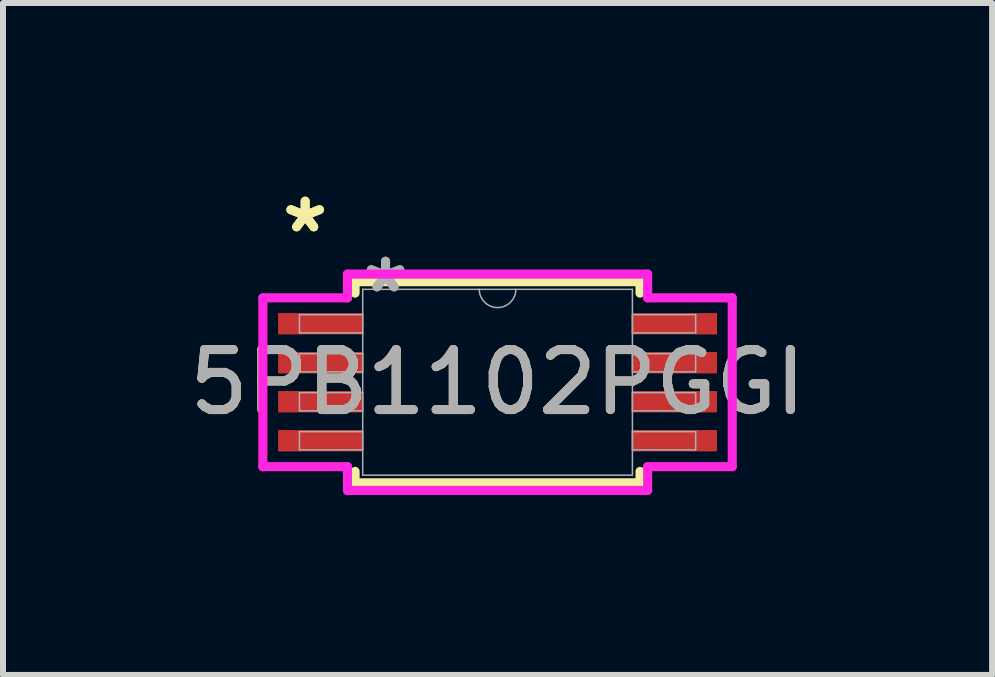
<source format=kicad_pcb>
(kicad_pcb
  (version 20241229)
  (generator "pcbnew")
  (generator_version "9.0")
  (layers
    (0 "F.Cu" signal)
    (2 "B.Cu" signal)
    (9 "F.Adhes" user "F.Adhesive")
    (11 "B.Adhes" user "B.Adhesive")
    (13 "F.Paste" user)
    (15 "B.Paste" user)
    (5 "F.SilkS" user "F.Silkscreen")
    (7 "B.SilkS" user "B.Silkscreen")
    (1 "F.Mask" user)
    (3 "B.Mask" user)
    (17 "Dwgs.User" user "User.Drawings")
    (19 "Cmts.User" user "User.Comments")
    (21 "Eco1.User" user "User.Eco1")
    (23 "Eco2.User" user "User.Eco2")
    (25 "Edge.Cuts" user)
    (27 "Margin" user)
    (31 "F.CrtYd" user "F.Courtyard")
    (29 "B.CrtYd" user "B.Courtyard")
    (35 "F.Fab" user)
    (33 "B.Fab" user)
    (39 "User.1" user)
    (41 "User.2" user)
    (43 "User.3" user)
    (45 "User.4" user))
  (footprint "5PB1102PGGI"
    (layer "F.Cu")
    (at 5.244 3.322)
    (property "Reference" "5PB1102PGGI" (at 0 0 0) (unlocked yes) (layer "F.SilkS") (effects (font (size 1 1) (thickness 0.15))))
    (attr smd)
    (fp_line (start -2.375 -1.676) (end -2.375 -1.486) (stroke (width 0.152) (type solid)) (layer "F.SilkS"))
    (fp_line (start -2.375 1.486) (end -2.375 1.676) (stroke (width 0.152) (type solid)) (layer "F.SilkS"))
    (fp_line (start -2.375 1.676) (end 2.375 1.676) (stroke (width 0.152) (type solid)) (layer "F.SilkS"))
    (fp_line (start 2.375 -1.676) (end -2.375 -1.676) (stroke (width 0.152) (type solid)) (layer "F.SilkS"))
    (fp_line (start 2.375 -1.486) (end 2.375 -1.676) (stroke (width 0.152) (type solid)) (layer "F.SilkS"))
    (fp_line (start 2.375 1.676) (end 2.375 1.486) (stroke (width 0.152) (type solid)) (layer "F.SilkS"))
    (fp_line (start -3.912 -1.407) (end -2.502 -1.407) (stroke (width 0.152) (type solid)) (layer "F.CrtYd"))
    (fp_line (start -3.912 1.407) (end -3.912 -1.407) (stroke (width 0.152) (type solid)) (layer "F.CrtYd"))
    (fp_line (start -3.912 1.407) (end -2.502 1.407) (stroke (width 0.152) (type solid)) (layer "F.CrtYd"))
    (fp_line (start -2.502 -1.803) (end 2.502 -1.803) (stroke (width 0.152) (type solid)) (layer "F.CrtYd"))
    (fp_line (start -2.502 -1.407) (end -2.502 -1.803) (stroke (width 0.152) (type solid)) (layer "F.CrtYd"))
    (fp_line (start -2.502 1.803) (end -2.502 1.407) (stroke (width 0.152) (type solid)) (layer "F.CrtYd"))
    (fp_line (start 2.502 -1.803) (end 2.502 -1.407) (stroke (width 0.152) (type solid)) (layer "F.CrtYd"))
    (fp_line (start 2.502 1.407) (end 2.502 1.803) (stroke (width 0.152) (type solid)) (layer "F.CrtYd"))
    (fp_line (start 2.502 1.803) (end -2.502 1.803) (stroke (width 0.152) (type solid)) (layer "F.CrtYd"))
    (fp_line (start 3.912 -1.407) (end 2.502 -1.407) (stroke (width 0.152) (type solid)) (layer "F.CrtYd"))
    (fp_line (start 3.912 -1.407) (end 3.912 1.407) (stroke (width 0.152) (type solid)) (layer "F.CrtYd"))
    (fp_line (start 3.912 1.407) (end 2.502 1.407) (stroke (width 0.152) (type solid)) (layer "F.CrtYd"))
    (fp_line (start -3.302 -1.127) (end -3.302 -0.823) (stroke (width 0.025) (type solid)) (layer "F.Fab"))
    (fp_line (start -3.302 -0.823) (end -2.248 -0.823) (stroke (width 0.025) (type solid)) (layer "F.Fab"))
    (fp_line (start -3.302 -0.477) (end -3.302 -0.173) (stroke (width 0.025) (type solid)) (layer "F.Fab"))
    (fp_line (start -3.302 -0.173) (end -2.248 -0.173) (stroke (width 0.025) (type solid)) (layer "F.Fab"))
    (fp_line (start -3.302 0.173) (end -3.302 0.477) (stroke (width 0.025) (type solid)) (layer "F.Fab"))
    (fp_line (start -3.302 0.477) (end -2.248 0.477) (stroke (width 0.025) (type solid)) (layer "F.Fab"))
    (fp_line (start -3.302 0.823) (end -3.302 1.127) (stroke (width 0.025) (type solid)) (layer "F.Fab"))
    (fp_line (start -3.302 1.127) (end -2.248 1.127) (stroke (width 0.025) (type solid)) (layer "F.Fab"))
    (fp_line (start -2.248 -1.549) (end -2.248 1.549) (stroke (width 0.025) (type solid)) (layer "F.Fab"))
    (fp_line (start -2.248 -1.127) (end -3.302 -1.127) (stroke (width 0.025) (type solid)) (layer "F.Fab"))
    (fp_line (start -2.248 -0.823) (end -2.248 -1.127) (stroke (width 0.025) (type solid)) (layer "F.Fab"))
    (fp_line (start -2.248 -0.477) (end -3.302 -0.477) (stroke (width 0.025) (type solid)) (layer "F.Fab"))
    (fp_line (start -2.248 -0.173) (end -2.248 -0.477) (stroke (width 0.025) (type solid)) (layer "F.Fab"))
    (fp_line (start -2.248 0.173) (end -3.302 0.173) (stroke (width 0.025) (type solid)) (layer "F.Fab"))
    (fp_line (start -2.248 0.477) (end -2.248 0.173) (stroke (width 0.025) (type solid)) (layer "F.Fab"))
    (fp_line (start -2.248 0.823) (end -3.302 0.823) (stroke (width 0.025) (type solid)) (layer "F.Fab"))
    (fp_line (start -2.248 1.127) (end -2.248 0.823) (stroke (width 0.025) (type solid)) (layer "F.Fab"))
    (fp_line (start -2.248 1.549) (end 2.248 1.549) (stroke (width 0.025) (type solid)) (layer "F.Fab"))
    (fp_line (start 2.248 -1.549) (end -2.248 -1.549) (stroke (width 0.025) (type solid)) (layer "F.Fab"))
    (fp_line (start 2.248 -1.127) (end 2.248 -0.823) (stroke (width 0.025) (type solid)) (layer "F.Fab"))
    (fp_line (start 2.248 -0.823) (end 3.302 -0.823) (stroke (width 0.025) (type solid)) (layer "F.Fab"))
    (fp_line (start 2.248 -0.477) (end 2.248 -0.173) (stroke (width 0.025) (type solid)) (layer "F.Fab"))
    (fp_line (start 2.248 -0.173) (end 3.302 -0.173) (stroke (width 0.025) (type solid)) (layer "F.Fab"))
    (fp_line (start 2.248 0.173) (end 2.248 0.477) (stroke (width 0.025) (type solid)) (layer "F.Fab"))
    (fp_line (start 2.248 0.477) (end 3.302 0.477) (stroke (width 0.025) (type solid)) (layer "F.Fab"))
    (fp_line (start 2.248 0.823) (end 2.248 1.127) (stroke (width 0.025) (type solid)) (layer "F.Fab"))
    (fp_line (start 2.248 1.127) (end 3.302 1.127) (stroke (width 0.025) (type solid)) (layer "F.Fab"))
    (fp_line (start 2.248 1.549) (end 2.248 -1.549) (stroke (width 0.025) (type solid)) (layer "F.Fab"))
    (fp_line (start 3.302 -1.127) (end 2.248 -1.127) (stroke (width 0.025) (type solid)) (layer "F.Fab"))
    (fp_line (start 3.302 -0.823) (end 3.302 -1.127) (stroke (width 0.025) (type solid)) (layer "F.Fab"))
    (fp_line (start 3.302 -0.477) (end 2.248 -0.477) (stroke (width 0.025) (type solid)) (layer "F.Fab"))
    (fp_line (start 3.302 -0.173) (end 3.302 -0.477) (stroke (width 0.025) (type solid)) (layer "F.Fab"))
    (fp_line (start 3.302 0.173) (end 2.248 0.173) (stroke (width 0.025) (type solid)) (layer "F.Fab"))
    (fp_line (start 3.302 0.477) (end 3.302 0.173) (stroke (width 0.025) (type solid)) (layer "F.Fab"))
    (fp_line (start 3.302 0.823) (end 2.248 0.823) (stroke (width 0.025) (type solid)) (layer "F.Fab"))
    (fp_line (start 3.302 1.127) (end 3.302 0.823) (stroke (width 0.025) (type solid)) (layer "F.Fab"))
    (fp_arc (start 0.3048 -1.5494) (mid 0 -1.2446) (end -0.3048 -1.5494) (stroke (width 0.0254) (type solid)) (layer "F.Fab"))
    (fp_text user "*" (at -3.207 -2.474 0) (layer "F.SilkS") (effects (font (size 1 1) (thickness 0.15))))
    (fp_text user "*" (at -3.207 -2.474 0) (unlocked yes) (layer "F.SilkS") (effects (font (size 1 1) (thickness 0.15))))
    (fp_text user "*" (at -1.867 -1.473 0) (unlocked yes) (layer "F.Fab") (effects (font (size 1 1) (thickness 0.15))))
    (fp_text user "${REFERENCE}" (at 0 0 0) (unlocked yes) (layer "F.Fab") (effects (font (size 1 1) (thickness 0.15))))
    (fp_text user "*" (at -1.867 -1.473 0) (layer "F.Fab") (effects (font (size 1 1) (thickness 0.15))))
    (pad "1" smd rect (at -2.953 -0.975) (size 1.41 0.356) (layers "F.Cu" "F.Mask" "F.Paste"))
    (pad "2" smd rect (at -2.953 -0.325) (size 1.41 0.356) (layers "F.Cu" "F.Mask" "F.Paste"))
    (pad "3" smd rect (at -2.953 0.325) (size 1.41 0.356) (layers "F.Cu" "F.Mask" "F.Paste"))
    (pad "4" smd rect (at -2.953 0.975) (size 1.41 0.356) (layers "F.Cu" "F.Mask" "F.Paste"))
    (pad "5" smd rect (at 2.953 0.975) (size 1.41 0.356) (layers "F.Cu" "F.Mask" "F.Paste"))
    (pad "6" smd rect (at 2.953 0.325) (size 1.41 0.356) (layers "F.Cu" "F.Mask" "F.Paste"))
    (pad "7" smd rect (at 2.953 -0.325) (size 1.41 0.356) (layers "F.Cu" "F.Mask" "F.Paste"))
    (pad "8" smd rect (at 2.953 -0.975) (size 1.41 0.356) (layers "F.Cu" "F.Mask" "F.Paste")))
  (gr_rect
    (start -3 -3)
    (end 13.488 8.201)
    (stroke (width 0.1) (type default))
    (fill no)
    (layer "Edge.Cuts")))
</source>
